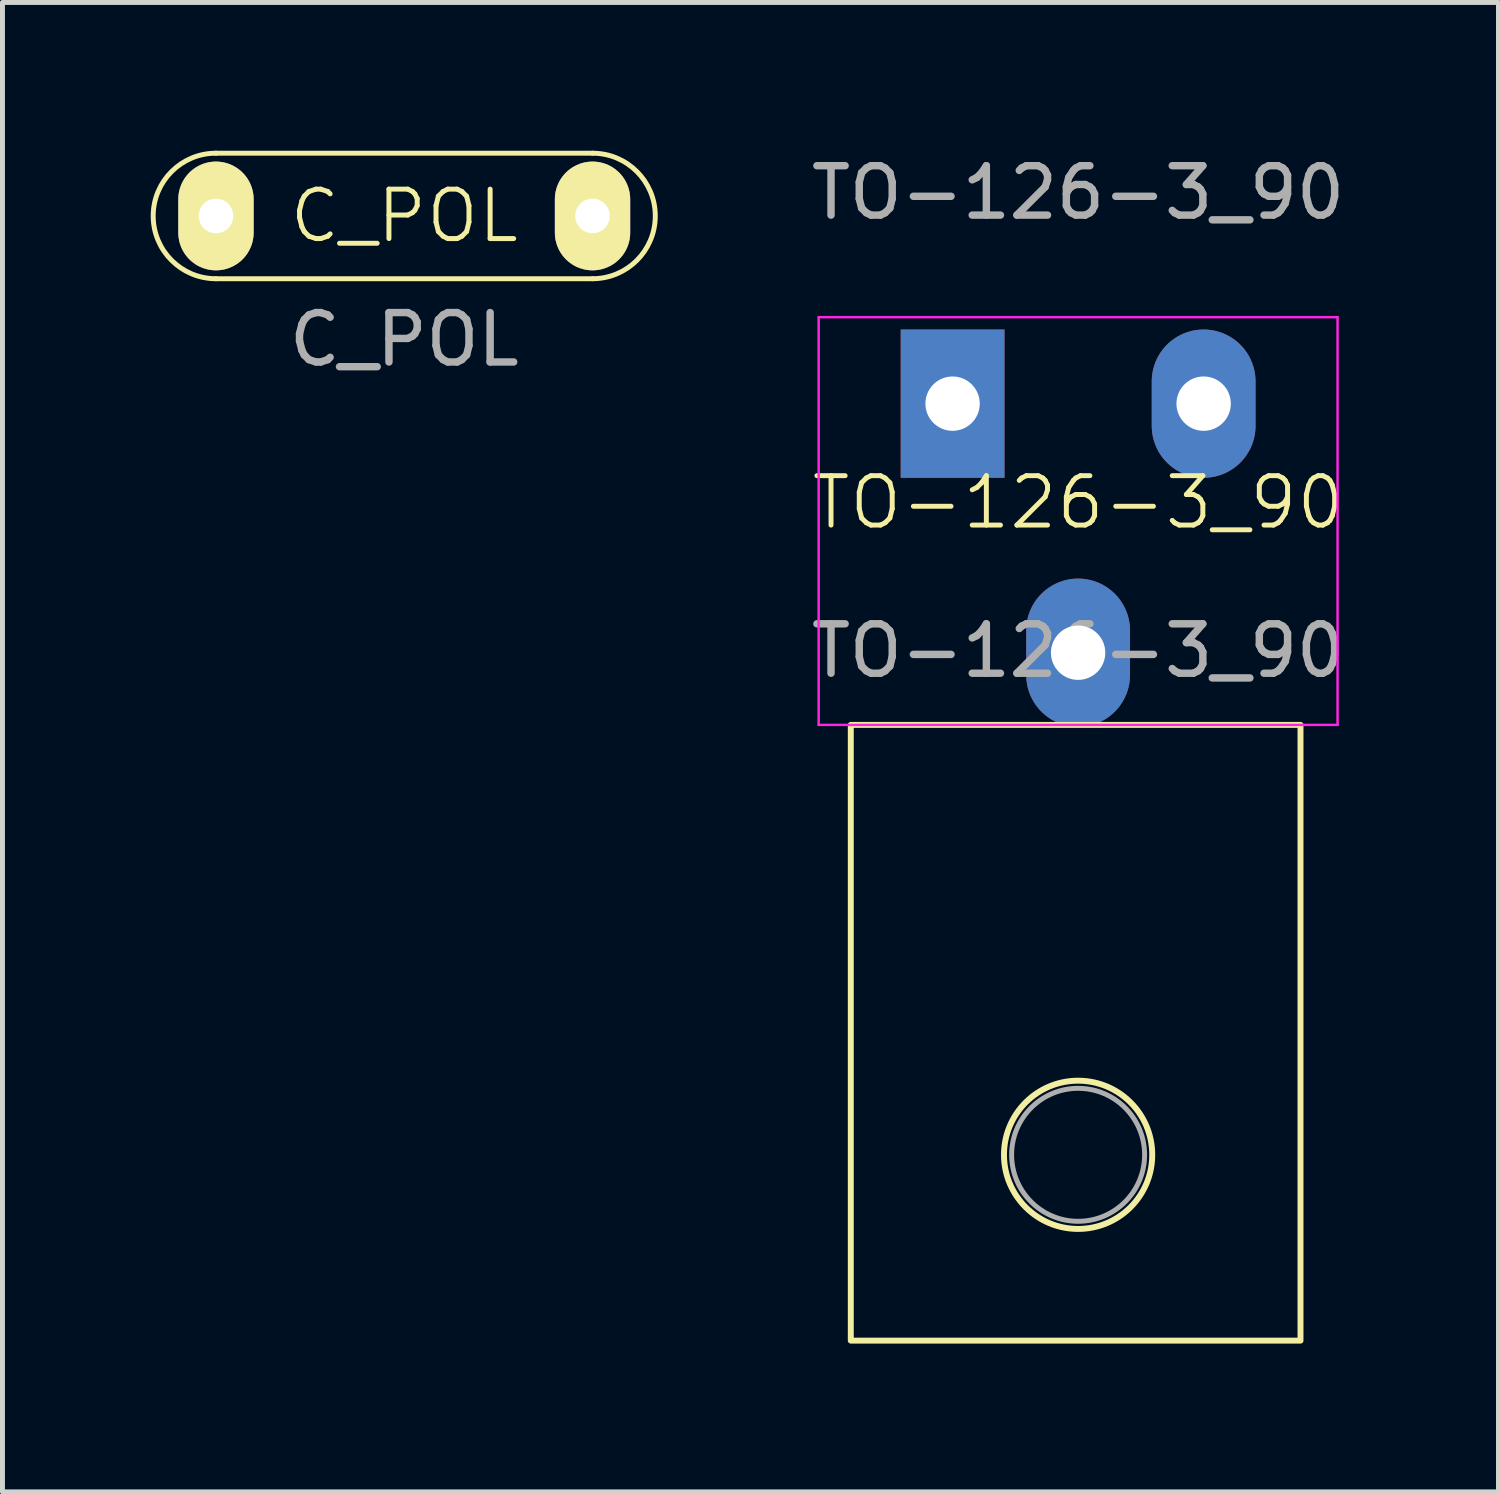
<source format=kicad_pcb>
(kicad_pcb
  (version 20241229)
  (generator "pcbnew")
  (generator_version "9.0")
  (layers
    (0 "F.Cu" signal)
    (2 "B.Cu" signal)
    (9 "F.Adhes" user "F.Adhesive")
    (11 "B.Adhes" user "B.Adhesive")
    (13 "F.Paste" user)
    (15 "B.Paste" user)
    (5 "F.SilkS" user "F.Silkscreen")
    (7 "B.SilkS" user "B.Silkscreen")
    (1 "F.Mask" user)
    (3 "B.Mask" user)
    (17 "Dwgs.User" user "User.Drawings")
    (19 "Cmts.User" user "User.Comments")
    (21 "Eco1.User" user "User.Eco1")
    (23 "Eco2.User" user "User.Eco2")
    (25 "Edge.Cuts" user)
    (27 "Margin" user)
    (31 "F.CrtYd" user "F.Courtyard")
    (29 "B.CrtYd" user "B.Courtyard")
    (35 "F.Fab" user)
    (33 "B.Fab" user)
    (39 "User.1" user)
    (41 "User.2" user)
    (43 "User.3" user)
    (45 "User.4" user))
  (footprint "C_POL"
    (layer "F.Cu")
    (at 5.13 1.32)
    (property "Reference" "C_POL" (at 0 0 0) (unlocked yes) (layer "F.SilkS") (effects (font (size 1 1) (thickness 0.1))))
    (attr through_hole)
    (fp_line (start -3.81 -1.27) (end 3.81 -1.27) (stroke (width 0.1) (type default)) (layer "F.SilkS"))
    (fp_line (start 3.81 1.27) (end -3.81 1.27) (stroke (width 0.1) (type default)) (layer "F.SilkS"))
    (fp_arc (start -3.81 1.27) (mid -5.08 0) (end -3.81 -1.27) (stroke (width 0.1) (type default)) (layer "F.SilkS"))
    (fp_arc (start 3.81 -1.27) (mid 5.08 0) (end 3.81 1.27) (stroke (width 0.1) (type default)) (layer "F.SilkS"))
    (fp_text user "${REFERENCE}" (at 0 2.5 0) (unlocked yes) (layer "F.Fab") (effects (font (size 1 1) (thickness 0.15))))
    (pad "1" thru_hole oval (at -3.81 0) (size 1.524 2.2) (drill 0.7) (layers "*.Cu" "*.Mask" "F.SilkS"))
    (pad "2" thru_hole oval (at 3.81 0) (size 1.524 2.2) (drill 0.7) (layers "*.Cu" "*.Mask" "F.SilkS")))
  (footprint "TO-126-3_90"
    (layer "F.Cu")
    (at 18.766 7.618)
    (property "Reference" "TO-126-3_90" (at 0 -0.5 0) (unlocked yes) (layer "F.SilkS") (effects (font (size 1 1) (thickness 0.1))))
    (attr through_hole)
    (fp_rect (start -4.6 4) (end 4.5 16.46) (stroke (width 0.12) (type default)) (fill no) (layer "F.SilkS"))
    (fp_circle (center 0 12.7) (end 1.5 12.7) (stroke (width 0.12) (type default)) (fill no) (layer "F.SilkS"))
    (fp_line (start -5.25 -4.25) (end -5.25 4) (stroke (width 0.05) (type solid)) (layer "F.CrtYd"))
    (fp_line (start -5.25 4) (end 5.25 4) (stroke (width 0.05) (type solid)) (layer "F.CrtYd"))
    (fp_line (start 5.25 -4.25) (end -5.25 -4.25) (stroke (width 0.05) (type solid)) (layer "F.CrtYd"))
    (fp_line (start 5.25 4) (end 5.25 -4.25) (stroke (width 0.05) (type solid)) (layer "F.CrtYd"))
    (fp_circle (center 0 12.7) (end 1 13.6) (stroke (width 0.1) (type default)) (fill no) (layer "F.Fab"))
    (fp_text user "${REFERENCE}" (at 0 -6.77 0) (layer "F.Fab") (effects (font (size 1 1) (thickness 0.15))))
    (fp_text user "${REFERENCE}" (at 0 2.5 0) (unlocked yes) (layer "F.Fab") (effects (font (size 1 1) (thickness 0.15))))
    (pad "1" thru_hole rect (at -2.54 -2.5) (size 2.1 3) (drill 1.1) (layers "*.Cu" "*.Mask"))
    (pad "2" thru_hole oval (at 0 2.54) (size 2.1 3) (drill 1.1) (layers "*.Cu" "*.Mask"))
    (pad "3" thru_hole oval (at 2.54 -2.5) (size 2.1 3) (drill 1.1) (layers "*.Cu" "*.Mask")))
  (gr_rect
    (start -3 -3)
    (end 27.272 27.138)
    (stroke (width 0.1) (type default))
    (fill no)
    (layer "Edge.Cuts")))
</source>
